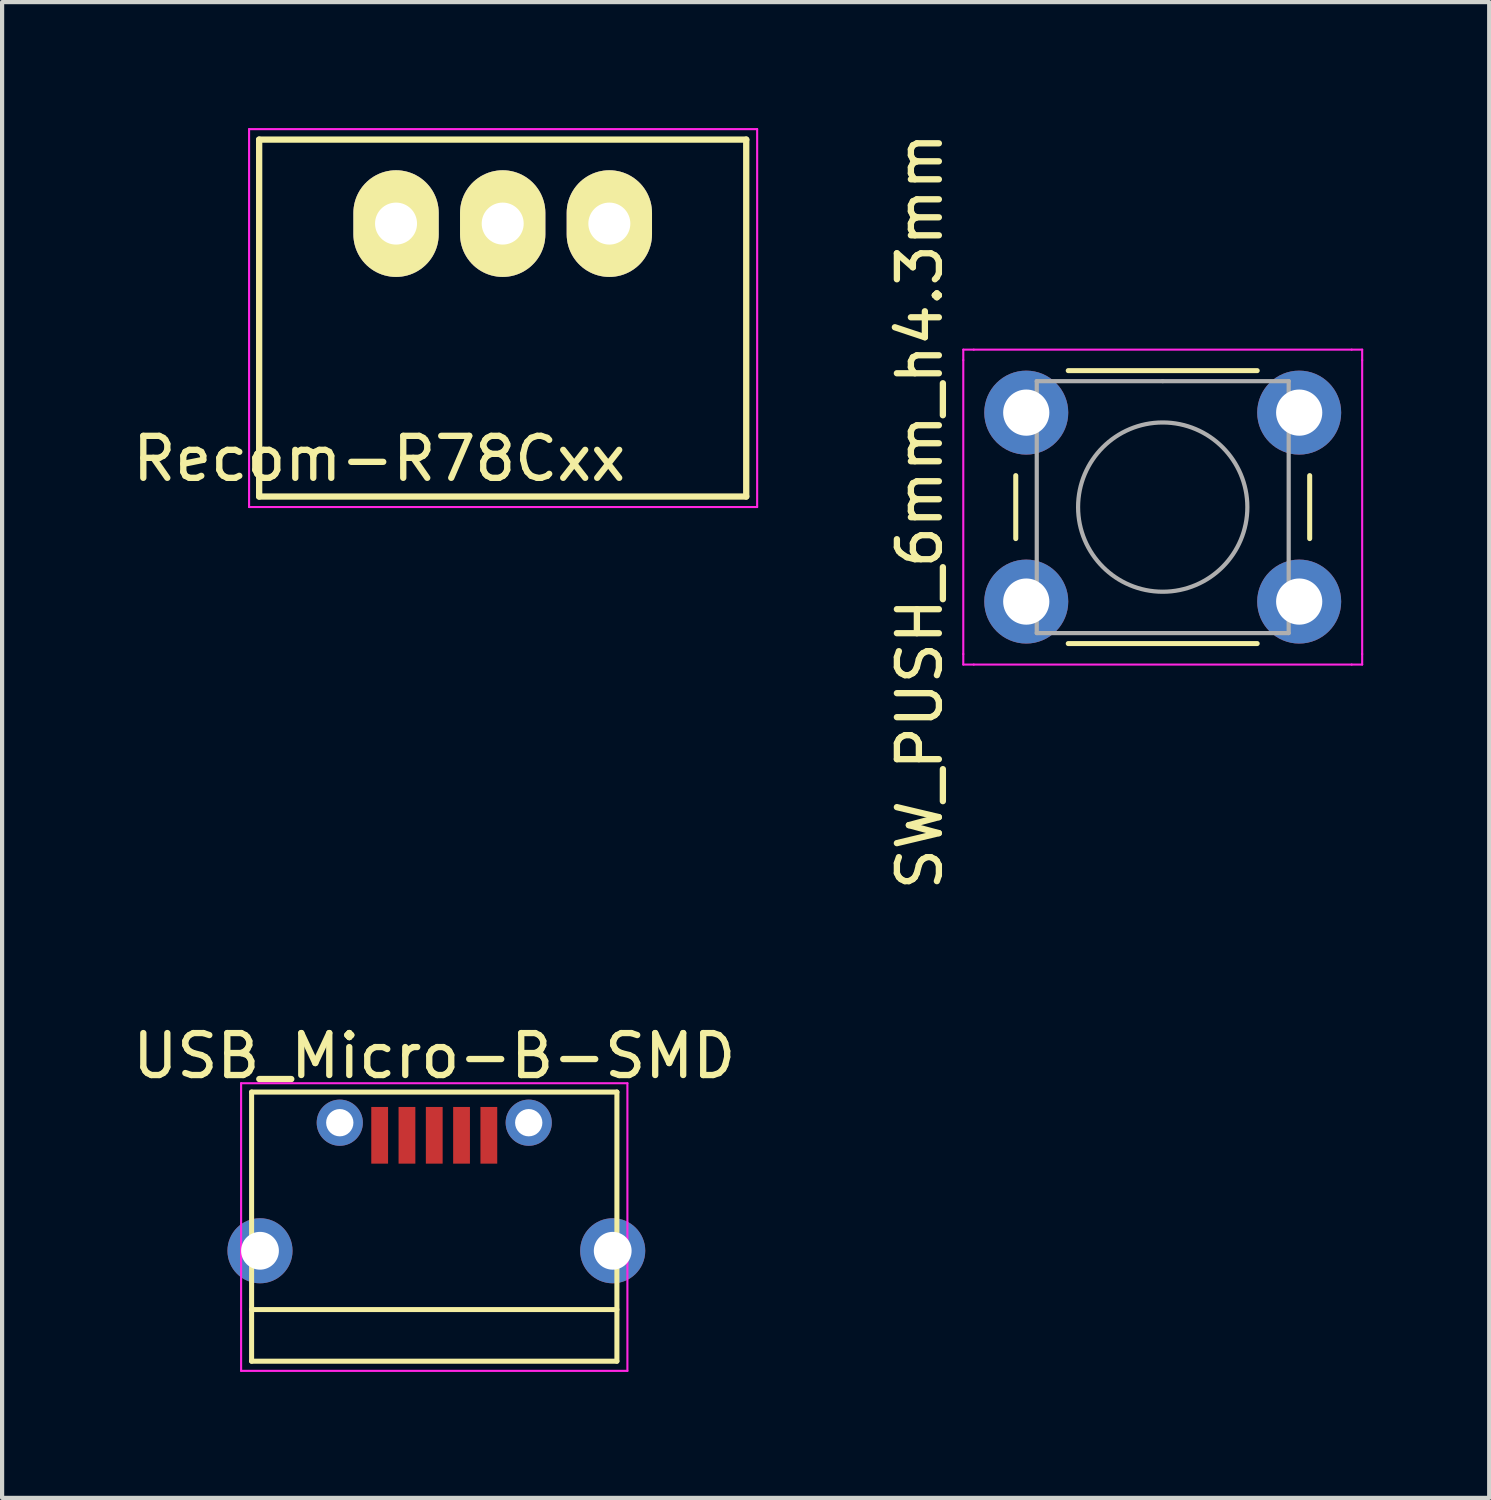
<source format=kicad_pcb>
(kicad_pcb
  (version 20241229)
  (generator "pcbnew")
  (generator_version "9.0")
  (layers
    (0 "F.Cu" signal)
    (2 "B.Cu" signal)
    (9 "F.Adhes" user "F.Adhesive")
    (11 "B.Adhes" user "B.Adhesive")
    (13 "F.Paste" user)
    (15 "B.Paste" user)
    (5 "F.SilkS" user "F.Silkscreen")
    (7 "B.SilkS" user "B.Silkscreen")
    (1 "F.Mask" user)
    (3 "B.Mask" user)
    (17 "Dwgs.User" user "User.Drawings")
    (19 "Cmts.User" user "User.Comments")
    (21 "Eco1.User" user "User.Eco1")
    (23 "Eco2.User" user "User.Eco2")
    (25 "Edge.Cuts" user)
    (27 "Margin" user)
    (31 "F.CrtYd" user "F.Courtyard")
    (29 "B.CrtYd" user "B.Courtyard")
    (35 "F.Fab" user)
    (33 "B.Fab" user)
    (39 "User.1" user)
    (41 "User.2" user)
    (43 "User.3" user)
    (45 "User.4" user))
  (footprint "USB_Micro-B-SMD"
    (layer "F.Cu")
    (at 7.292 25.338)
    (property "Reference" "USB_Micro-B-SMD" (at 0 -3.24 0) (layer "F.SilkS") (effects (font (size 1 1) (thickness 0.15))))
    (attr smd)
    (fp_line (start -4.35 -2.38) (end 4.35 -2.38) (stroke (width 0.12) (type solid)) (layer "F.SilkS"))
    (fp_line (start -4.35 4.03) (end -4.35 -2.38) (stroke (width 0.12) (type solid)) (layer "F.SilkS"))
    (fp_line (start -4.35 4.03) (end 4.35 4.03) (stroke (width 0.12) (type solid)) (layer "F.SilkS"))
    (fp_line (start 4.35 -2.38) (end 4.35 4.03) (stroke (width 0.12) (type solid)) (layer "F.SilkS"))
    (fp_line (start 4.35 2.8) (end -4.35 2.8) (stroke (width 0.12) (type solid)) (layer "F.SilkS"))
    (fp_line (start -4.6 -2.59) (end 4.6 -2.59) (stroke (width 0.05) (type solid)) (layer "F.CrtYd"))
    (fp_line (start -4.6 4.26) (end -4.6 -2.59) (stroke (width 0.05) (type solid)) (layer "F.CrtYd"))
    (fp_line (start 4.6 -2.59) (end 4.6 4.26) (stroke (width 0.05) (type solid)) (layer "F.CrtYd"))
    (fp_line (start 4.6 4.26) (end -4.6 4.26) (stroke (width 0.05) (type solid)) (layer "F.CrtYd"))
    (pad "1" smd rect (at -1.3 -1.35 90) (size 1.35 0.4) (layers "F.Cu" "F.Mask" "F.Paste"))
    (pad "2" smd rect (at -0.65 -1.35 90) (size 1.35 0.4) (layers "F.Cu" "F.Mask" "F.Paste"))
    (pad "3" smd rect (at 0 -1.35 90) (size 1.35 0.4) (layers "F.Cu" "F.Mask" "F.Paste"))
    (pad "4" smd rect (at 0.65 -1.35 90) (size 1.35 0.4) (layers "F.Cu" "F.Mask" "F.Paste"))
    (pad "5" smd rect (at 1.3 -1.35 90) (size 1.35 0.4) (layers "F.Cu" "F.Mask" "F.Paste"))
    (pad "6" thru_hole circle (at -4.15 1.4 90) (size 1.55 1.55) (drill 0.9) (layers "*.Cu" "*.Mask"))
    (pad "6" thru_hole circle (at -2.25 -1.65) (size 1.1 1.1) (drill 0.65) (layers "*.Cu" "*.Mask"))
    (pad "6" thru_hole circle (at 2.25 -1.65) (size 1.1 1.1) (drill 0.65) (layers "*.Cu" "*.Mask"))
    (pad "6" thru_hole circle (at 4.25 1.4 90) (size 1.55 1.55) (drill 0.9) (layers "*.Cu" "*.Mask")))
  (footprint "Recom-R78Cxx"
    (layer "F.Cu")
    (at 6.382 2.275)
    (property "Reference" "Recom-R78Cxx" (at -0.4 5.6 0) (layer "F.SilkS") (effects (font (size 1 1) (thickness 0.15))))
    (attr through_hole)
    (fp_line (start -3.26 -2) (end 8.34 -2) (stroke (width 0.15) (type solid)) (layer "F.SilkS"))
    (fp_line (start -3.26 6.5) (end -3.26 -2) (stroke (width 0.15) (type solid)) (layer "F.SilkS"))
    (fp_line (start 8.34 -2) (end 8.34 6.5) (stroke (width 0.15) (type solid)) (layer "F.SilkS"))
    (fp_line (start 8.34 6.5) (end -3.26 6.5) (stroke (width 0.15) (type solid)) (layer "F.SilkS"))
    (fp_line (start -3.5 -2.25) (end -3.5 6.75) (stroke (width 0.05) (type solid)) (layer "F.CrtYd"))
    (fp_line (start -3.5 -2.25) (end 8.6 -2.25) (stroke (width 0.05) (type solid)) (layer "F.CrtYd"))
    (fp_line (start -3.5 6.75) (end 8.6 6.75) (stroke (width 0.05) (type solid)) (layer "F.CrtYd"))
    (fp_line (start 8.6 -2.25) (end 8.6 6.75) (stroke (width 0.05) (type solid)) (layer "F.CrtYd"))
    (pad "1" thru_hole oval (at 5.08 0) (size 2.032 2.54) (drill 1) (layers "*.Cu" "*.Mask" "F.SilkS"))
    (pad "2" thru_hole oval (at 2.54 0) (size 2.032 2.54) (drill 1) (layers "*.Cu" "*.Mask" "F.SilkS"))
    (pad "3" thru_hole oval (at 0 0) (size 2.032 2.54) (drill 1) (layers "*.Cu" "*.Mask" "F.SilkS")))
  (footprint "SW_PUSH_6mm_h4.3mm"
    (layer "F.Cu")
    (at 21.391 6.777)
    (property "Reference" "SW_PUSH_6mm_h4.3mm" (at -2.536 2.348 270) (layer "F.SilkS") (effects (font (size 1 1) (thickness 0.15))))
    (attr through_hole)
    (fp_line (start -0.25 1.5) (end -0.25 3) (stroke (width 0.12) (type solid)) (layer "F.SilkS"))
    (fp_line (start 1 5.5) (end 5.5 5.5) (stroke (width 0.12) (type solid)) (layer "F.SilkS"))
    (fp_line (start 5.5 -1) (end 1 -1) (stroke (width 0.12) (type solid)) (layer "F.SilkS"))
    (fp_line (start 6.75 3) (end 6.75 1.5) (stroke (width 0.12) (type solid)) (layer "F.SilkS"))
    (fp_line (start -1.5 -1.5) (end -1.25 -1.5) (stroke (width 0.05) (type solid)) (layer "F.CrtYd"))
    (fp_line (start -1.5 -1.25) (end -1.5 -1.5) (stroke (width 0.05) (type solid)) (layer "F.CrtYd"))
    (fp_line (start -1.5 5.75) (end -1.5 -1.25) (stroke (width 0.05) (type solid)) (layer "F.CrtYd"))
    (fp_line (start -1.5 5.75) (end -1.5 6) (stroke (width 0.05) (type solid)) (layer "F.CrtYd"))
    (fp_line (start -1.5 6) (end -1.25 6) (stroke (width 0.05) (type solid)) (layer "F.CrtYd"))
    (fp_line (start -1.25 -1.5) (end 7.75 -1.5) (stroke (width 0.05) (type solid)) (layer "F.CrtYd"))
    (fp_line (start 7.75 -1.5) (end 8 -1.5) (stroke (width 0.05) (type solid)) (layer "F.CrtYd"))
    (fp_line (start 7.75 6) (end -1.25 6) (stroke (width 0.05) (type solid)) (layer "F.CrtYd"))
    (fp_line (start 7.75 6) (end 8 6) (stroke (width 0.05) (type solid)) (layer "F.CrtYd"))
    (fp_line (start 8 -1.5) (end 8 -1.25) (stroke (width 0.05) (type solid)) (layer "F.CrtYd"))
    (fp_line (start 8 -1.25) (end 8 5.75) (stroke (width 0.05) (type solid)) (layer "F.CrtYd"))
    (fp_line (start 8 6) (end 8 5.75) (stroke (width 0.05) (type solid)) (layer "F.CrtYd"))
    (fp_line (start 0.25 -0.75) (end 3.25 -0.75) (stroke (width 0.1) (type solid)) (layer "F.Fab"))
    (fp_line (start 0.25 5.25) (end 0.25 -0.75) (stroke (width 0.1) (type solid)) (layer "F.Fab"))
    (fp_line (start 3.25 -0.75) (end 6.25 -0.75) (stroke (width 0.1) (type solid)) (layer "F.Fab"))
    (fp_line (start 6.25 -0.75) (end 6.25 5.25) (stroke (width 0.1) (type solid)) (layer "F.Fab"))
    (fp_line (start 6.25 5.25) (end 0.25 5.25) (stroke (width 0.1) (type solid)) (layer "F.Fab"))
    (fp_circle (center 3.25 2.25) (end 1.25 2.5) (stroke (width 0.1) (type solid)) (fill no) (layer "F.Fab"))
    (pad "1" thru_hole circle (at 0 0 90) (size 2 2) (drill 1.1) (layers "*.Cu" "*.Mask"))
    (pad "1" thru_hole circle (at 6.5 0 90) (size 2 2) (drill 1.1) (layers "*.Cu" "*.Mask"))
    (pad "2" thru_hole circle (at 0 4.5 90) (size 2 2) (drill 1.1) (layers "*.Cu" "*.Mask"))
    (pad "2" thru_hole circle (at 6.5 4.5 90) (size 2 2) (drill 1.1) (layers "*.Cu" "*.Mask")))
  (gr_rect
    (start -3 -3)
    (end 32.416 32.623)
    (stroke (width 0.1) (type default))
    (fill no)
    (layer "Edge.Cuts")))
</source>
